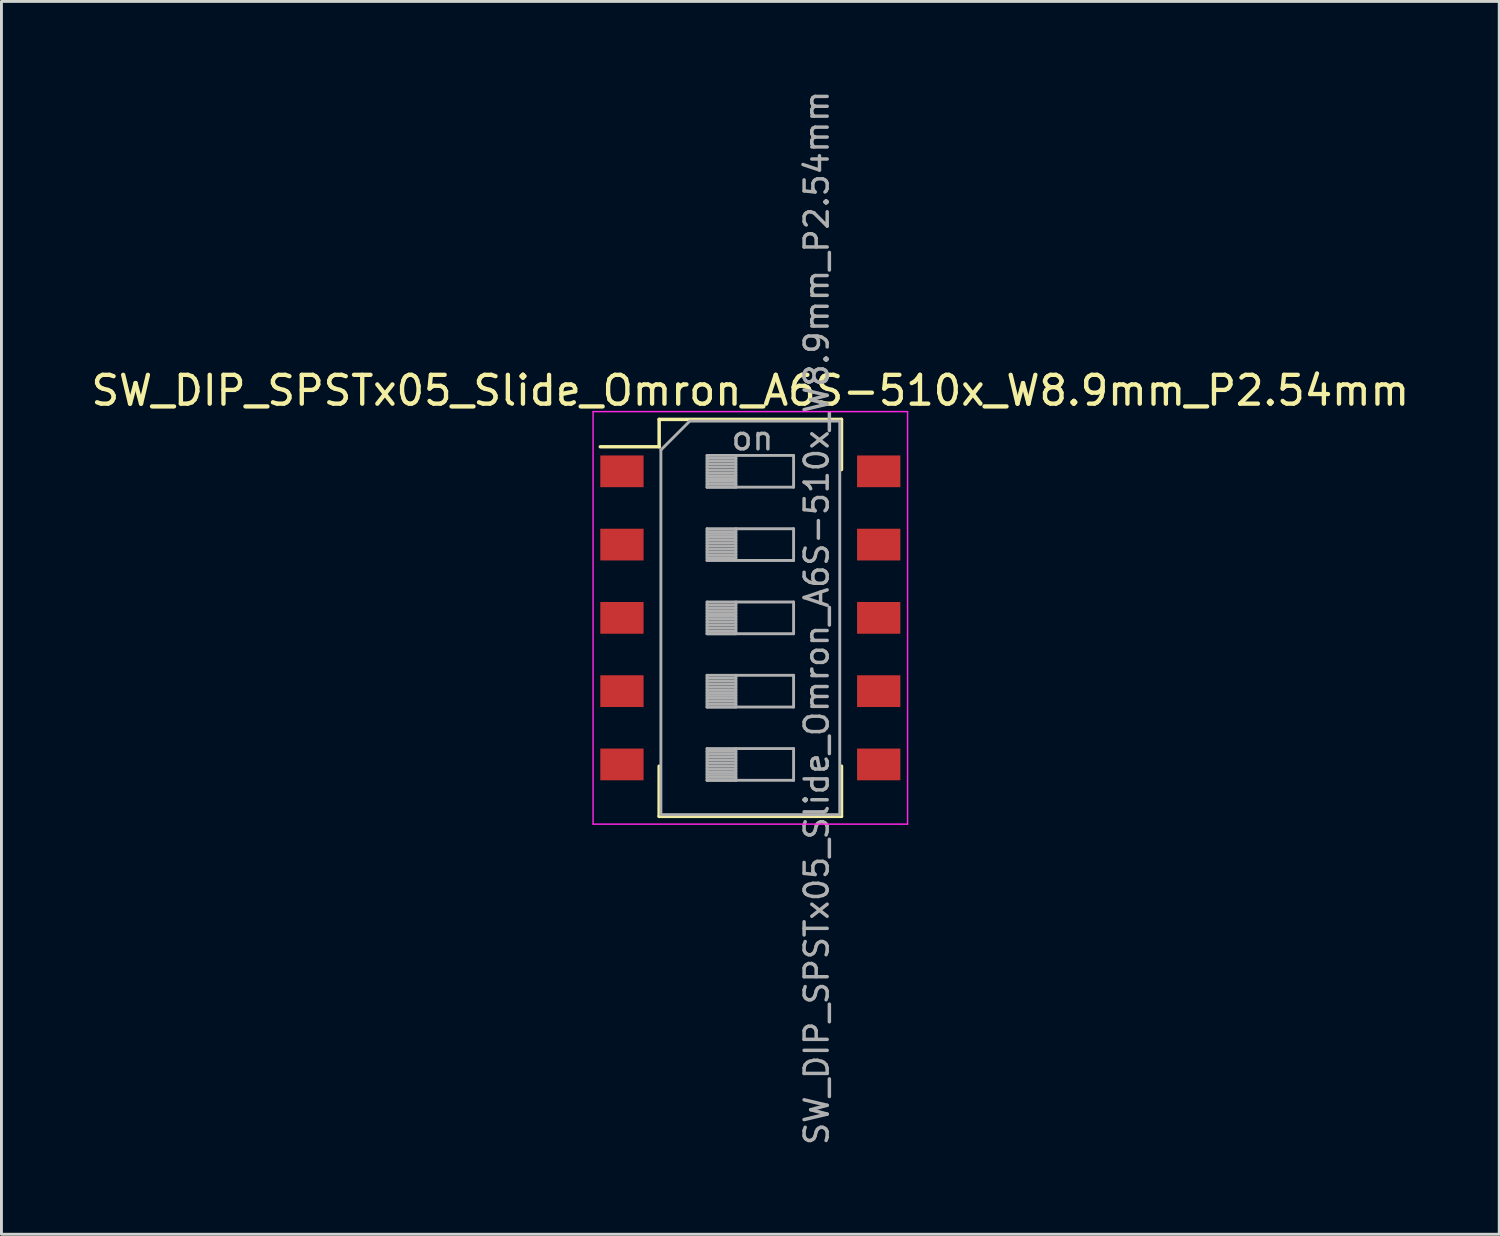
<source format=kicad_pcb>
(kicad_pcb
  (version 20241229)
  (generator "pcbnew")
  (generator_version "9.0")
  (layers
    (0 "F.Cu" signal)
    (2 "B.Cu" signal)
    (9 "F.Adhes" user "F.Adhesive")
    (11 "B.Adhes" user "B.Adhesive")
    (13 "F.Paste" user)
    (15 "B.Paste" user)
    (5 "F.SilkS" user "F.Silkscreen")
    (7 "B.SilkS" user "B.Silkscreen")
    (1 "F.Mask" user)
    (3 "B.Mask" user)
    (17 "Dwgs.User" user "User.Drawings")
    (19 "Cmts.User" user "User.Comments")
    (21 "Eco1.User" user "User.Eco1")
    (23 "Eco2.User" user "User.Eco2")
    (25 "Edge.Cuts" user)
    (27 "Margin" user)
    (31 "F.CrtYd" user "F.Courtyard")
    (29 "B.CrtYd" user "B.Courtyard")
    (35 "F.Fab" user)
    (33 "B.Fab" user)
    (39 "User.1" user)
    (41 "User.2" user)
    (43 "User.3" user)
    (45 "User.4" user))
  (footprint "SW_DIP_SPSTx05_Slide_Omron_A6S-510x_W8.9mm_P2.54mm"
    (layer "F.Cu")
    (at 22.958 18.367)
    (property "Reference" "SW_DIP_SPSTx05_Slide_Omron_A6S-510x_W8.9mm_P2.54mm" (at 0 -7.88 0) (layer "F.SilkS") (effects (font (size 1 1) (thickness 0.15))))
    (attr smd)
    (fp_line (start -5.2 -5.931) (end -3.16 -5.931) (stroke (width 0.12) (type solid)) (layer "F.SilkS"))
    (fp_line (start -3.16 -6.88) (end -3.16 -5.931) (stroke (width 0.12) (type solid)) (layer "F.SilkS"))
    (fp_line (start -3.16 -6.88) (end 3.16 -6.88) (stroke (width 0.12) (type solid)) (layer "F.SilkS"))
    (fp_line (start -3.16 5.14) (end -3.16 6.88) (stroke (width 0.12) (type solid)) (layer "F.SilkS"))
    (fp_line (start -3.16 6.88) (end 3.16 6.88) (stroke (width 0.12) (type solid)) (layer "F.SilkS"))
    (fp_line (start 3.16 -6.88) (end 3.16 -5.141) (stroke (width 0.12) (type solid)) (layer "F.SilkS"))
    (fp_line (start 3.16 5.14) (end 3.16 6.88) (stroke (width 0.12) (type solid)) (layer "F.SilkS"))
    (fp_line (start -5.45 -7.15) (end -5.45 7.15) (stroke (width 0.05) (type solid)) (layer "F.CrtYd"))
    (fp_line (start -5.45 7.15) (end 5.45 7.15) (stroke (width 0.05) (type solid)) (layer "F.CrtYd"))
    (fp_line (start 5.45 -7.15) (end -5.45 -7.15) (stroke (width 0.05) (type solid)) (layer "F.CrtYd"))
    (fp_line (start 5.45 7.15) (end 5.45 -7.15) (stroke (width 0.05) (type solid)) (layer "F.CrtYd"))
    (fp_line (start -3.1 -5.82) (end -2.1 -6.82) (stroke (width 0.1) (type solid)) (layer "F.Fab"))
    (fp_line (start -3.1 6.82) (end -3.1 -5.82) (stroke (width 0.1) (type solid)) (layer "F.Fab"))
    (fp_line (start -2.1 -6.82) (end 3.1 -6.82) (stroke (width 0.1) (type solid)) (layer "F.Fab"))
    (fp_line (start -1.5 -5.63) (end -1.5 -4.53) (stroke (width 0.1) (type solid)) (layer "F.Fab"))
    (fp_line (start -1.5 -5.53) (end -0.5 -5.53) (stroke (width 0.1) (type solid)) (layer "F.Fab"))
    (fp_line (start -1.5 -5.43) (end -0.5 -5.43) (stroke (width 0.1) (type solid)) (layer "F.Fab"))
    (fp_line (start -1.5 -5.33) (end -0.5 -5.33) (stroke (width 0.1) (type solid)) (layer "F.Fab"))
    (fp_line (start -1.5 -5.23) (end -0.5 -5.23) (stroke (width 0.1) (type solid)) (layer "F.Fab"))
    (fp_line (start -1.5 -5.13) (end -0.5 -5.13) (stroke (width 0.1) (type solid)) (layer "F.Fab"))
    (fp_line (start -1.5 -5.03) (end -0.5 -5.03) (stroke (width 0.1) (type solid)) (layer "F.Fab"))
    (fp_line (start -1.5 -4.93) (end -0.5 -4.93) (stroke (width 0.1) (type solid)) (layer "F.Fab"))
    (fp_line (start -1.5 -4.83) (end -0.5 -4.83) (stroke (width 0.1) (type solid)) (layer "F.Fab"))
    (fp_line (start -1.5 -4.73) (end -0.5 -4.73) (stroke (width 0.1) (type solid)) (layer "F.Fab"))
    (fp_line (start -1.5 -4.63) (end -0.5 -4.63) (stroke (width 0.1) (type solid)) (layer "F.Fab"))
    (fp_line (start -1.5 -4.53) (end -0.5 -4.53) (stroke (width 0.1) (type solid)) (layer "F.Fab"))
    (fp_line (start -1.5 -4.53) (end 1.5 -4.53) (stroke (width 0.1) (type solid)) (layer "F.Fab"))
    (fp_line (start -1.5 -3.09) (end -1.5 -1.99) (stroke (width 0.1) (type solid)) (layer "F.Fab"))
    (fp_line (start -1.5 -2.99) (end -0.5 -2.99) (stroke (width 0.1) (type solid)) (layer "F.Fab"))
    (fp_line (start -1.5 -2.89) (end -0.5 -2.89) (stroke (width 0.1) (type solid)) (layer "F.Fab"))
    (fp_line (start -1.5 -2.79) (end -0.5 -2.79) (stroke (width 0.1) (type solid)) (layer "F.Fab"))
    (fp_line (start -1.5 -2.69) (end -0.5 -2.69) (stroke (width 0.1) (type solid)) (layer "F.Fab"))
    (fp_line (start -1.5 -2.59) (end -0.5 -2.59) (stroke (width 0.1) (type solid)) (layer "F.Fab"))
    (fp_line (start -1.5 -2.49) (end -0.5 -2.49) (stroke (width 0.1) (type solid)) (layer "F.Fab"))
    (fp_line (start -1.5 -2.39) (end -0.5 -2.39) (stroke (width 0.1) (type solid)) (layer "F.Fab"))
    (fp_line (start -1.5 -2.29) (end -0.5 -2.29) (stroke (width 0.1) (type solid)) (layer "F.Fab"))
    (fp_line (start -1.5 -2.19) (end -0.5 -2.19) (stroke (width 0.1) (type solid)) (layer "F.Fab"))
    (fp_line (start -1.5 -2.09) (end -0.5 -2.09) (stroke (width 0.1) (type solid)) (layer "F.Fab"))
    (fp_line (start -1.5 -1.99) (end 1.5 -1.99) (stroke (width 0.1) (type solid)) (layer "F.Fab"))
    (fp_line (start -1.5 -0.55) (end -1.5 0.55) (stroke (width 0.1) (type solid)) (layer "F.Fab"))
    (fp_line (start -1.5 -0.45) (end -0.5 -0.45) (stroke (width 0.1) (type solid)) (layer "F.Fab"))
    (fp_line (start -1.5 -0.35) (end -0.5 -0.35) (stroke (width 0.1) (type solid)) (layer "F.Fab"))
    (fp_line (start -1.5 -0.25) (end -0.5 -0.25) (stroke (width 0.1) (type solid)) (layer "F.Fab"))
    (fp_line (start -1.5 -0.15) (end -0.5 -0.15) (stroke (width 0.1) (type solid)) (layer "F.Fab"))
    (fp_line (start -1.5 -0.05) (end -0.5 -0.05) (stroke (width 0.1) (type solid)) (layer "F.Fab"))
    (fp_line (start -1.5 0.05) (end -0.5 0.05) (stroke (width 0.1) (type solid)) (layer "F.Fab"))
    (fp_line (start -1.5 0.15) (end -0.5 0.15) (stroke (width 0.1) (type solid)) (layer "F.Fab"))
    (fp_line (start -1.5 0.25) (end -0.5 0.25) (stroke (width 0.1) (type solid)) (layer "F.Fab"))
    (fp_line (start -1.5 0.35) (end -0.5 0.35) (stroke (width 0.1) (type solid)) (layer "F.Fab"))
    (fp_line (start -1.5 0.45) (end -0.5 0.45) (stroke (width 0.1) (type solid)) (layer "F.Fab"))
    (fp_line (start -1.5 0.55) (end -0.5 0.55) (stroke (width 0.1) (type solid)) (layer "F.Fab"))
    (fp_line (start -1.5 0.55) (end 1.5 0.55) (stroke (width 0.1) (type solid)) (layer "F.Fab"))
    (fp_line (start -1.5 1.99) (end -1.5 3.09) (stroke (width 0.1) (type solid)) (layer "F.Fab"))
    (fp_line (start -1.5 2.09) (end -0.5 2.09) (stroke (width 0.1) (type solid)) (layer "F.Fab"))
    (fp_line (start -1.5 2.19) (end -0.5 2.19) (stroke (width 0.1) (type solid)) (layer "F.Fab"))
    (fp_line (start -1.5 2.29) (end -0.5 2.29) (stroke (width 0.1) (type solid)) (layer "F.Fab"))
    (fp_line (start -1.5 2.39) (end -0.5 2.39) (stroke (width 0.1) (type solid)) (layer "F.Fab"))
    (fp_line (start -1.5 2.49) (end -0.5 2.49) (stroke (width 0.1) (type solid)) (layer "F.Fab"))
    (fp_line (start -1.5 2.59) (end -0.5 2.59) (stroke (width 0.1) (type solid)) (layer "F.Fab"))
    (fp_line (start -1.5 2.69) (end -0.5 2.69) (stroke (width 0.1) (type solid)) (layer "F.Fab"))
    (fp_line (start -1.5 2.79) (end -0.5 2.79) (stroke (width 0.1) (type solid)) (layer "F.Fab"))
    (fp_line (start -1.5 2.89) (end -0.5 2.89) (stroke (width 0.1) (type solid)) (layer "F.Fab"))
    (fp_line (start -1.5 2.99) (end -0.5 2.99) (stroke (width 0.1) (type solid)) (layer "F.Fab"))
    (fp_line (start -1.5 3.09) (end -0.5 3.09) (stroke (width 0.1) (type solid)) (layer "F.Fab"))
    (fp_line (start -1.5 3.09) (end 1.5 3.09) (stroke (width 0.1) (type solid)) (layer "F.Fab"))
    (fp_line (start -1.5 4.53) (end -1.5 5.63) (stroke (width 0.1) (type solid)) (layer "F.Fab"))
    (fp_line (start -1.5 4.63) (end -0.5 4.63) (stroke (width 0.1) (type solid)) (layer "F.Fab"))
    (fp_line (start -1.5 4.73) (end -0.5 4.73) (stroke (width 0.1) (type solid)) (layer "F.Fab"))
    (fp_line (start -1.5 4.83) (end -0.5 4.83) (stroke (width 0.1) (type solid)) (layer "F.Fab"))
    (fp_line (start -1.5 4.93) (end -0.5 4.93) (stroke (width 0.1) (type solid)) (layer "F.Fab"))
    (fp_line (start -1.5 5.03) (end -0.5 5.03) (stroke (width 0.1) (type solid)) (layer "F.Fab"))
    (fp_line (start -1.5 5.13) (end -0.5 5.13) (stroke (width 0.1) (type solid)) (layer "F.Fab"))
    (fp_line (start -1.5 5.23) (end -0.5 5.23) (stroke (width 0.1) (type solid)) (layer "F.Fab"))
    (fp_line (start -1.5 5.33) (end -0.5 5.33) (stroke (width 0.1) (type solid)) (layer "F.Fab"))
    (fp_line (start -1.5 5.43) (end -0.5 5.43) (stroke (width 0.1) (type solid)) (layer "F.Fab"))
    (fp_line (start -1.5 5.53) (end -0.5 5.53) (stroke (width 0.1) (type solid)) (layer "F.Fab"))
    (fp_line (start -1.5 5.63) (end -0.5 5.63) (stroke (width 0.1) (type solid)) (layer "F.Fab"))
    (fp_line (start -1.5 5.63) (end 1.5 5.63) (stroke (width 0.1) (type solid)) (layer "F.Fab"))
    (fp_line (start -0.5 -5.63) (end -0.5 -4.53) (stroke (width 0.1) (type solid)) (layer "F.Fab"))
    (fp_line (start -0.5 -3.09) (end -0.5 -1.99) (stroke (width 0.1) (type solid)) (layer "F.Fab"))
    (fp_line (start -0.5 -0.55) (end -0.5 0.55) (stroke (width 0.1) (type solid)) (layer "F.Fab"))
    (fp_line (start -0.5 1.99) (end -0.5 3.09) (stroke (width 0.1) (type solid)) (layer "F.Fab"))
    (fp_line (start -0.5 4.53) (end -0.5 5.63) (stroke (width 0.1) (type solid)) (layer "F.Fab"))
    (fp_line (start 1.5 -5.63) (end -1.5 -5.63) (stroke (width 0.1) (type solid)) (layer "F.Fab"))
    (fp_line (start 1.5 -4.53) (end 1.5 -5.63) (stroke (width 0.1) (type solid)) (layer "F.Fab"))
    (fp_line (start 1.5 -3.09) (end -1.5 -3.09) (stroke (width 0.1) (type solid)) (layer "F.Fab"))
    (fp_line (start 1.5 -1.99) (end 1.5 -3.09) (stroke (width 0.1) (type solid)) (layer "F.Fab"))
    (fp_line (start 1.5 -0.55) (end -1.5 -0.55) (stroke (width 0.1) (type solid)) (layer "F.Fab"))
    (fp_line (start 1.5 0.55) (end 1.5 -0.55) (stroke (width 0.1) (type solid)) (layer "F.Fab"))
    (fp_line (start 1.5 1.99) (end -1.5 1.99) (stroke (width 0.1) (type solid)) (layer "F.Fab"))
    (fp_line (start 1.5 3.09) (end 1.5 1.99) (stroke (width 0.1) (type solid)) (layer "F.Fab"))
    (fp_line (start 1.5 4.53) (end -1.5 4.53) (stroke (width 0.1) (type solid)) (layer "F.Fab"))
    (fp_line (start 1.5 5.63) (end 1.5 4.53) (stroke (width 0.1) (type solid)) (layer "F.Fab"))
    (fp_line (start 3.1 -6.82) (end 3.1 6.82) (stroke (width 0.1) (type solid)) (layer "F.Fab"))
    (fp_line (start 3.1 6.82) (end -3.1 6.82) (stroke (width 0.1) (type solid)) (layer "F.Fab"))
    (fp_text user "on" (at 0.075 -6.225 0) (layer "F.Fab") (effects (font (size 0.8 0.8) (thickness 0.12))))
    (fp_text user "${REFERENCE}" (at 2.3 0 90) (layer "F.Fab") (effects (font (size 0.8 0.8) (thickness 0.12))))
    (pad "1" smd rect (at -4.45 -5.08) (size 1.5 1.1) (layers "F.Cu" "F.Mask" "F.Paste"))
    (pad "2" smd rect (at -4.45 -2.54) (size 1.5 1.1) (layers "F.Cu" "F.Mask" "F.Paste"))
    (pad "3" smd rect (at -4.45 0) (size 1.5 1.1) (layers "F.Cu" "F.Mask" "F.Paste"))
    (pad "4" smd rect (at -4.45 2.54) (size 1.5 1.1) (layers "F.Cu" "F.Mask" "F.Paste"))
    (pad "5" smd rect (at -4.45 5.08) (size 1.5 1.1) (layers "F.Cu" "F.Mask" "F.Paste"))
    (pad "6" smd rect (at 4.45 5.08) (size 1.5 1.1) (layers "F.Cu" "F.Mask" "F.Paste"))
    (pad "7" smd rect (at 4.45 2.54) (size 1.5 1.1) (layers "F.Cu" "F.Mask" "F.Paste"))
    (pad "8" smd rect (at 4.45 0) (size 1.5 1.1) (layers "F.Cu" "F.Mask" "F.Paste"))
    (pad "9" smd rect (at 4.45 -2.54) (size 1.5 1.1) (layers "F.Cu" "F.Mask" "F.Paste"))
    (pad "10" smd rect (at 4.45 -5.08) (size 1.5 1.1) (layers "F.Cu" "F.Mask" "F.Paste")))
  (gr_rect
    (start -3 -3)
    (end 48.917 39.733)
    (stroke (width 0.1) (type default))
    (fill no)
    (layer "Edge.Cuts")))
</source>
